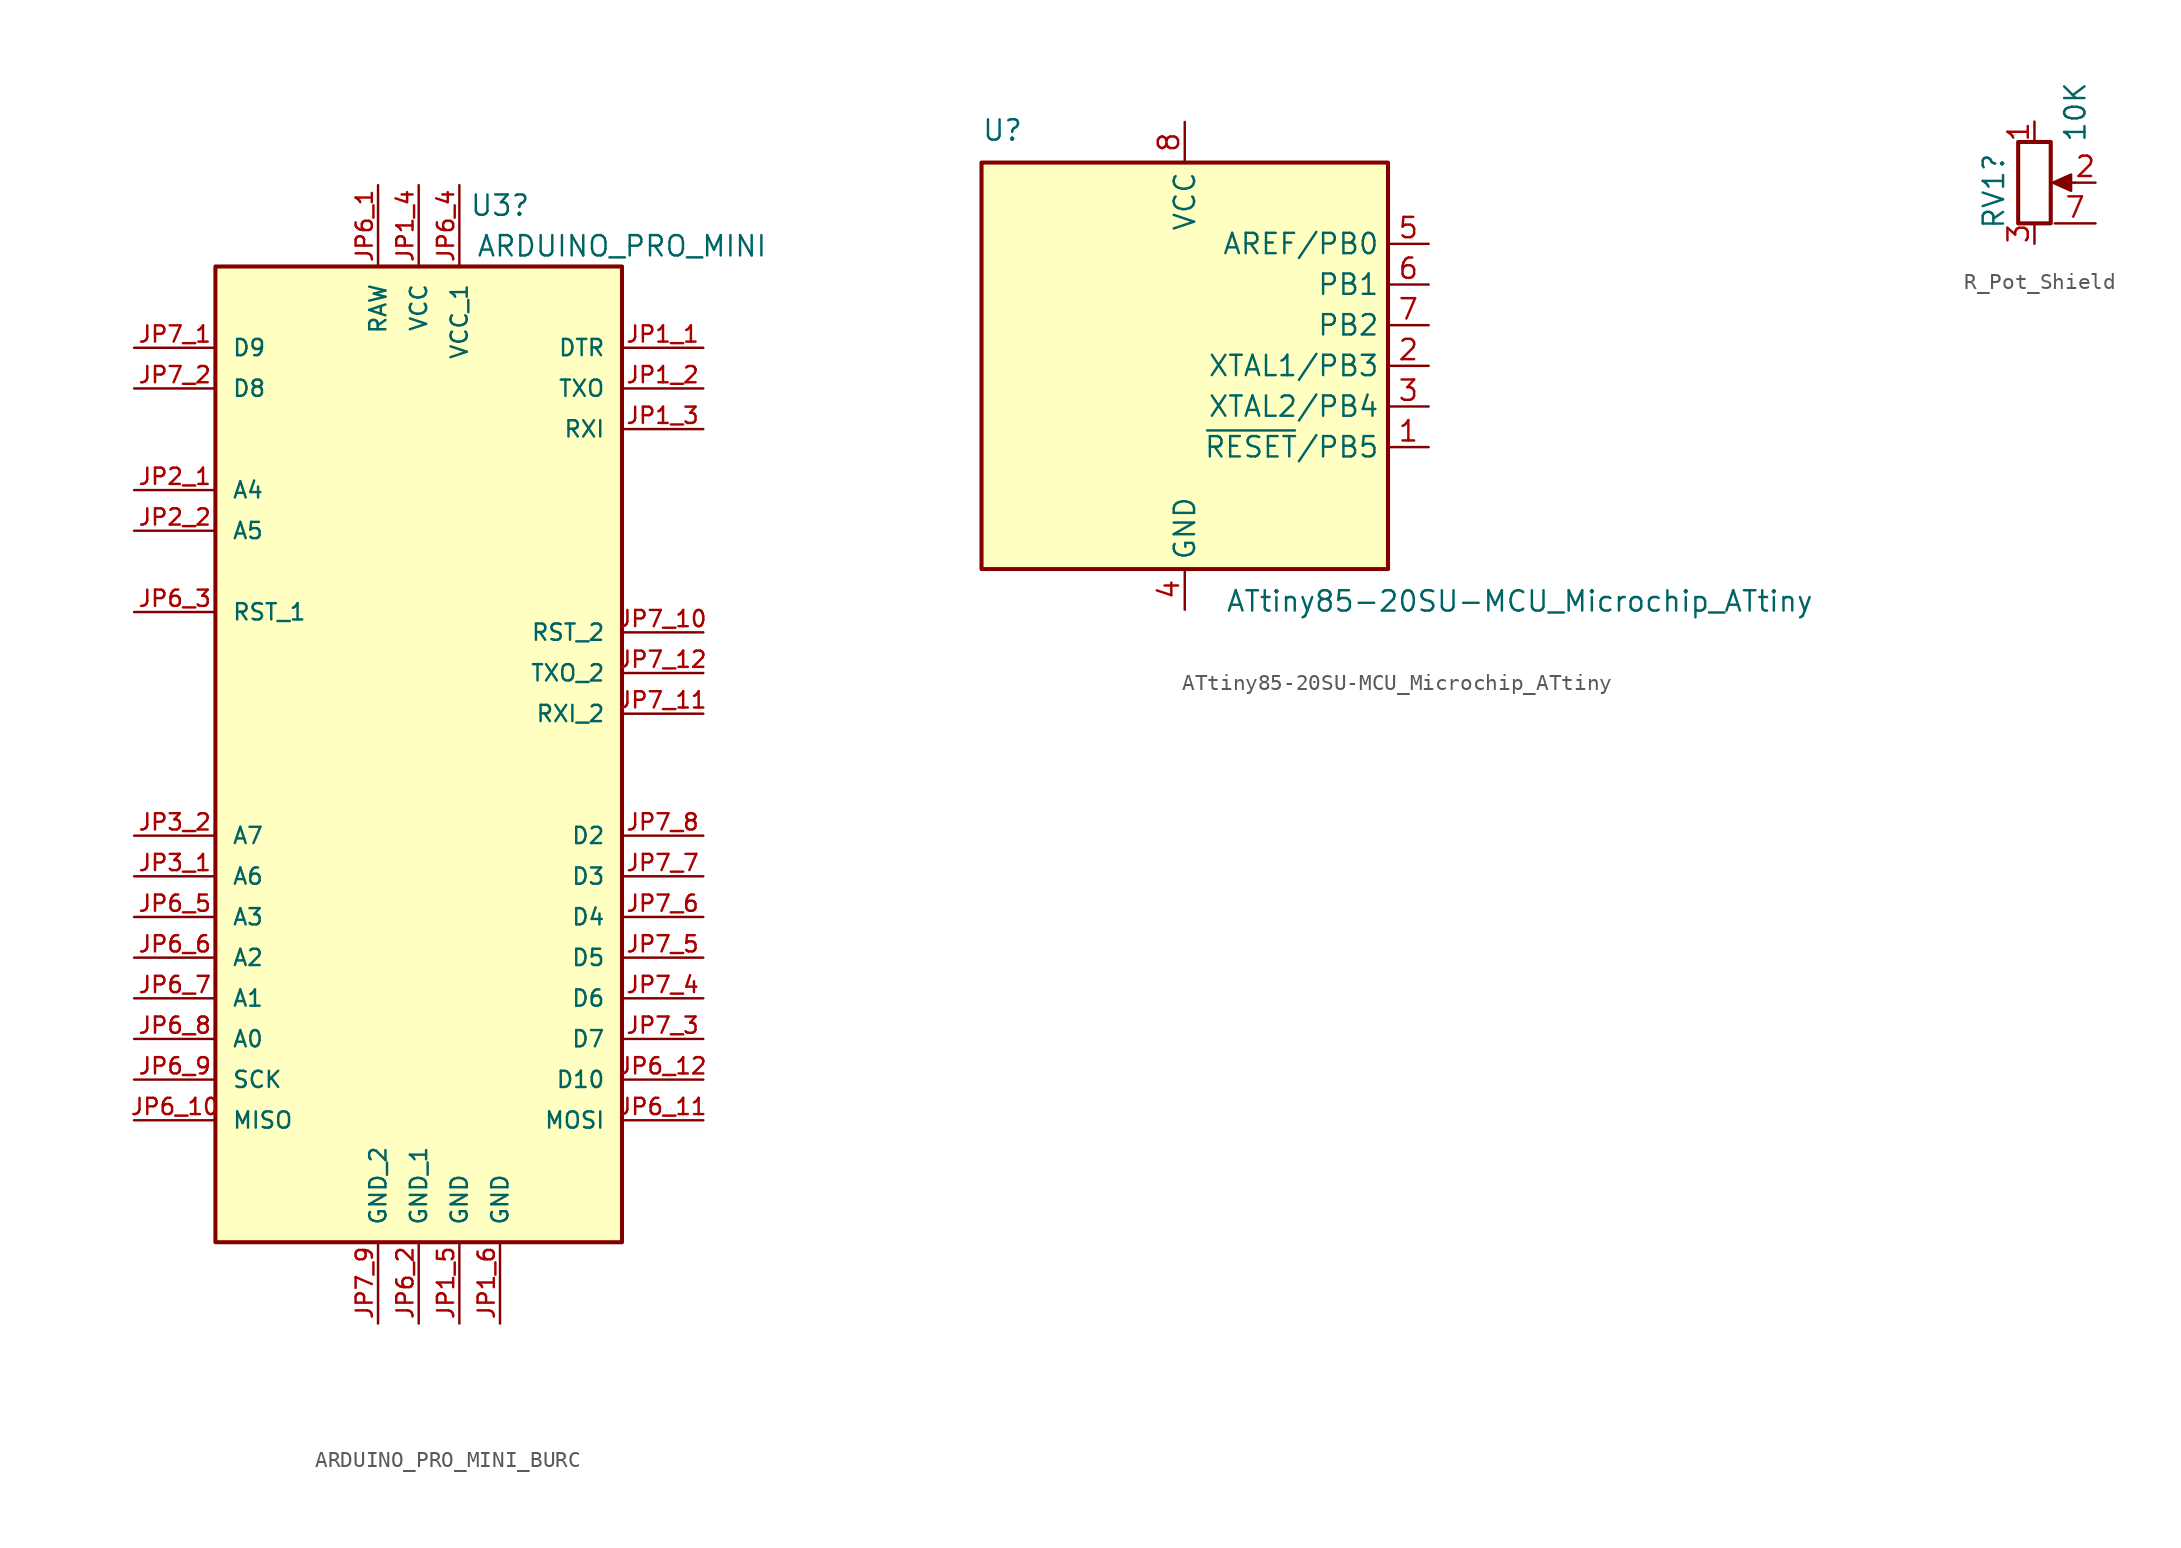
<source format=kicad_sym>
(kicad_symbol_lib
  (version 20220914)
  (generator kicad_symbol_editor)
  (symbol "ARDUINO_PRO_MINI_BURC"
    (pin_names
      (offset 1.016))
    (property "Reference" "U3"
      (at 5.08 34.29 0)
      (effects (font (size 1.27 1.27))))
    (property "Value" "ARDUINO_PRO_MINI"
      (at 12.7 31.75 0)
      (effects (font (size 1.27 1.27))))
    (symbol "ARDUINO_PRO_MINI_BURC_0_0"
      (rectangle (start -12.7 -30.48) (end 12.7 30.48) (stroke (width 0.254) (type default)) (fill (type background)))
      (pin input line (at 17.78 25.4 180) (length 5.08) (name "DTR" (effects (font (size 1.016 1.016)))) (number "JP1_1" (effects (font (size 1.016 1.016)))))
      (pin bidirectional line (at 17.78 22.86 180) (length 5.08) (name "TXO" (effects (font (size 1.016 1.016)))) (number "JP1_2" (effects (font (size 1.016 1.016)))))
      (pin bidirectional line (at 17.78 20.32 180) (length 5.08) (name "RXI" (effects (font (size 1.016 1.016)))) (number "JP1_3" (effects (font (size 1.016 1.016)))))
      (pin power_in line (at 0 35.56 270) (length 5.08) (name "VCC" (effects (font (size 1.016 1.016)))) (number "JP1_4" (effects (font (size 1.016 1.016)))))
      (pin power_in line (at 2.54 -35.56 90) (length 5.08) (name "GND" (effects (font (size 1.016 1.016)))) (number "JP1_5" (effects (font (size 1.016 1.016)))))
      (pin power_in line (at 5.08 -35.56 90) (length 5.08) (name "GND" (effects (font (size 1.016 1.016)))) (number "JP1_6" (effects (font (size 1.016 1.016)))))
      (pin bidirectional line (at -17.78 16.51 0) (length 5.08) (name "A4" (effects (font (size 1.016 1.016)))) (number "JP2_1" (effects (font (size 1.016 1.016)))))
      (pin bidirectional line (at -17.78 13.97 0) (length 5.08) (name "A5" (effects (font (size 1.016 1.016)))) (number "JP2_2" (effects (font (size 1.016 1.016)))))
      (pin input line (at -17.78 -7.62 0) (length 5.08) (name "A6" (effects (font (size 1.016 1.016)))) (number "JP3_1" (effects (font (size 1.016 1.016)))))
      (pin input line (at -17.78 -5.08 0) (length 5.08) (name "A7" (effects (font (size 1.016 1.016)))) (number "JP3_2" (effects (font (size 1.016 1.016)))))
      (pin power_in line (at -2.54 35.56 270) (length 5.08) (name "RAW" (effects (font (size 1.016 1.016)))) (number "JP6_1" (effects (font (size 1.016 1.016)))))
      (pin bidirectional line (at -17.78 -22.86 0) (length 5.08) (name "MISO" (effects (font (size 1.016 1.016)))) (number "JP6_10" (effects (font (size 1.016 1.016)))))
      (pin bidirectional line (at 17.78 -22.86 180) (length 5.08) (name "MOSI" (effects (font (size 1.016 1.016)))) (number "JP6_11" (effects (font (size 1.016 1.016)))))
      (pin bidirectional line (at 17.78 -20.32 180) (length 5.08) (name "D10" (effects (font (size 1.016 1.016)))) (number "JP6_12" (effects (font (size 1.016 1.016)))))
      (pin power_in line (at 0 -35.56 90) (length 5.08) (name "GND_1" (effects (font (size 1.016 1.016)))) (number "JP6_2" (effects (font (size 1.016 1.016)))))
      (pin input line (at -17.78 8.89 0) (length 5.08) (name "RST_1" (effects (font (size 1.016 1.016)))) (number "JP6_3" (effects (font (size 1.016 1.016)))))
      (pin power_in line (at 2.54 35.56 270) (length 5.08) (name "VCC_1" (effects (font (size 1.016 1.016)))) (number "JP6_4" (effects (font (size 1.016 1.016)))))
      (pin bidirectional line (at -17.78 -10.16 0) (length 5.08) (name "A3" (effects (font (size 1.016 1.016)))) (number "JP6_5" (effects (font (size 1.016 1.016)))))
      (pin bidirectional line (at -17.78 -12.7 0) (length 5.08) (name "A2" (effects (font (size 1.016 1.016)))) (number "JP6_6" (effects (font (size 1.016 1.016)))))
      (pin bidirectional line (at -17.78 -15.24 0) (length 5.08) (name "A1" (effects (font (size 1.016 1.016)))) (number "JP6_7" (effects (font (size 1.016 1.016)))))
      (pin bidirectional line (at -17.78 -17.78 0) (length 5.08) (name "A0" (effects (font (size 1.016 1.016)))) (number "JP6_8" (effects (font (size 1.016 1.016)))))
      (pin bidirectional line (at -17.78 -20.32 0) (length 5.08) (name "SCK" (effects (font (size 1.016 1.016)))) (number "JP6_9" (effects (font (size 1.016 1.016)))))
      (pin bidirectional line (at -17.78 25.4 0) (length 5.08) (name "D9" (effects (font (size 1.016 1.016)))) (number "JP7_1" (effects (font (size 1.016 1.016)))))
      (pin input line (at 17.78 7.62 180) (length 5.08) (name "RST_2" (effects (font (size 1.016 1.016)))) (number "JP7_10" (effects (font (size 1.016 1.016)))))
      (pin bidirectional line (at 17.78 2.54 180) (length 5.08) (name "RXI_2" (effects (font (size 1.016 1.016)))) (number "JP7_11" (effects (font (size 1.016 1.016)))))
      (pin bidirectional line (at 17.78 5.08 180) (length 5.08) (name "TXO_2" (effects (font (size 1.016 1.016)))) (number "JP7_12" (effects (font (size 1.016 1.016)))))
      (pin bidirectional line (at -17.78 22.86 0) (length 5.08) (name "D8" (effects (font (size 1.016 1.016)))) (number "JP7_2" (effects (font (size 1.016 1.016)))))
      (pin bidirectional line (at 17.78 -17.78 180) (length 5.08) (name "D7" (effects (font (size 1.016 1.016)))) (number "JP7_3" (effects (font (size 1.016 1.016)))))
      (pin bidirectional line (at 17.78 -15.24 180) (length 5.08) (name "D6" (effects (font (size 1.016 1.016)))) (number "JP7_4" (effects (font (size 1.016 1.016)))))
      (pin bidirectional line (at 17.78 -12.7 180) (length 5.08) (name "D5" (effects (font (size 1.016 1.016)))) (number "JP7_5" (effects (font (size 1.016 1.016)))))
      (pin bidirectional line (at 17.78 -10.16 180) (length 5.08) (name "D4" (effects (font (size 1.016 1.016)))) (number "JP7_6" (effects (font (size 1.016 1.016)))))
      (pin bidirectional line (at 17.78 -7.62 180) (length 5.08) (name "D3" (effects (font (size 1.016 1.016)))) (number "JP7_7" (effects (font (size 1.016 1.016)))))
      (pin bidirectional line (at 17.78 -5.08 180) (length 5.08) (name "D2" (effects (font (size 1.016 1.016)))) (number "JP7_8" (effects (font (size 1.016 1.016)))))
      (pin power_in line (at -2.54 -35.56 90) (length 5.08) (name "GND_2" (effects (font (size 1.016 1.016)))) (number "JP7_9" (effects (font (size 1.016 1.016)))))))
  (symbol "ATtiny85-20SU-MCU_Microchip_ATtiny"
    (property "Reference" "U"
      (at -12.7 13.97 0)
      (effects (font (size 1.27 1.27)) (justify left bottom)))
    (property "Value" "ATtiny85-20SU-MCU_Microchip_ATtiny"
      (at 2.54 -13.97 0)
      (effects (font (size 1.27 1.27)) (justify left top)))
    (symbol "ATtiny85-20SU-MCU_Microchip_ATtiny_0_1"
      (rectangle (start -12.7 -12.7) (end 12.7 12.7) (stroke (width 0.254) (type solid)) (fill (type background))))
    (symbol "ATtiny85-20SU-MCU_Microchip_ATtiny_1_1"
      (pin bidirectional line (at 15.24 -5.08 180) (length 2.54) (name "~{RESET}/PB5" (effects (font (size 1.27 1.27)))) (number "1" (effects (font (size 1.27 1.27)))))
      (pin bidirectional line (at 15.24 0 180) (length 2.54) (name "XTAL1/PB3" (effects (font (size 1.27 1.27)))) (number "2" (effects (font (size 1.27 1.27)))))
      (pin bidirectional line (at 15.24 -2.54 180) (length 2.54) (name "XTAL2/PB4" (effects (font (size 1.27 1.27)))) (number "3" (effects (font (size 1.27 1.27)))))
      (pin power_in line (at 0 -15.24 90) (length 2.54) (name "GND" (effects (font (size 1.27 1.27)))) (number "4" (effects (font (size 1.27 1.27)))))
      (pin bidirectional line (at 15.24 7.62 180) (length 2.54) (name "AREF/PB0" (effects (font (size 1.27 1.27)))) (number "5" (effects (font (size 1.27 1.27)))))
      (pin bidirectional line (at 15.24 5.08 180) (length 2.54) (name "PB1" (effects (font (size 1.27 1.27)))) (number "6" (effects (font (size 1.27 1.27)))))
      (pin bidirectional line (at 15.24 2.54 180) (length 2.54) (name "PB2" (effects (font (size 1.27 1.27)))) (number "7" (effects (font (size 1.27 1.27)))))
      (pin power_in line (at 0 15.24 270) (length 2.54) (name "VCC" (effects (font (size 1.27 1.27)))) (number "8" (effects (font (size 1.27 1.27)))))))
  (symbol "R_Pot_Shield"
    (pin_names
      (offset 1.016) hide)
    (property "Reference" "RV1"
      (at -2.54 1.905 90)
      (effects (font (size 1.27 1.27)) (justify right)))
    (property "Value" "10K"
      (at 2.54 6.35 90)
      (effects (font (size 1.27 1.27)) (justify right)))
    (symbol "R_Pot_Shield_0_1"
      (polyline (pts (xy 2.54 0) (xy 1.524 0)) (stroke (width 0) (type default)) (fill (type none)))
      (polyline (pts (xy 1.143 0) (xy 2.286 0.508) (xy 2.286 -0.508) (xy 1.143 0)) (stroke (width 0) (type default)) (fill (type outline)))
      (rectangle (start 1.016 2.54) (end -1.016 -2.54) (stroke (width 0.254) (type default)) (fill (type none))))
    (symbol "R_Pot_Shield_1_1"
      (pin passive line (at 0 3.81 270) (length 1.27) (name "1" (effects (font (size 1.27 1.27)))) (number "1" (effects (font (size 1.27 1.27)))))
      (pin passive line (at 3.81 0 180) (length 1.27) (name "2" (effects (font (size 1.27 1.27)))) (number "2" (effects (font (size 1.27 1.27)))))
      (pin passive line (at 0 -3.81 90) (length 1.27) (name "3" (effects (font (size 1.27 1.27)))) (number "3" (effects (font (size 1.27 1.27)))))
      (pin power_in line (at 3.81 -2.54 180) (length 2.54) (name "Shield" (effects (font (size 1.27 1.27)))) (number "7" (effects (font (size 1.27 1.27))))))))
</source>
